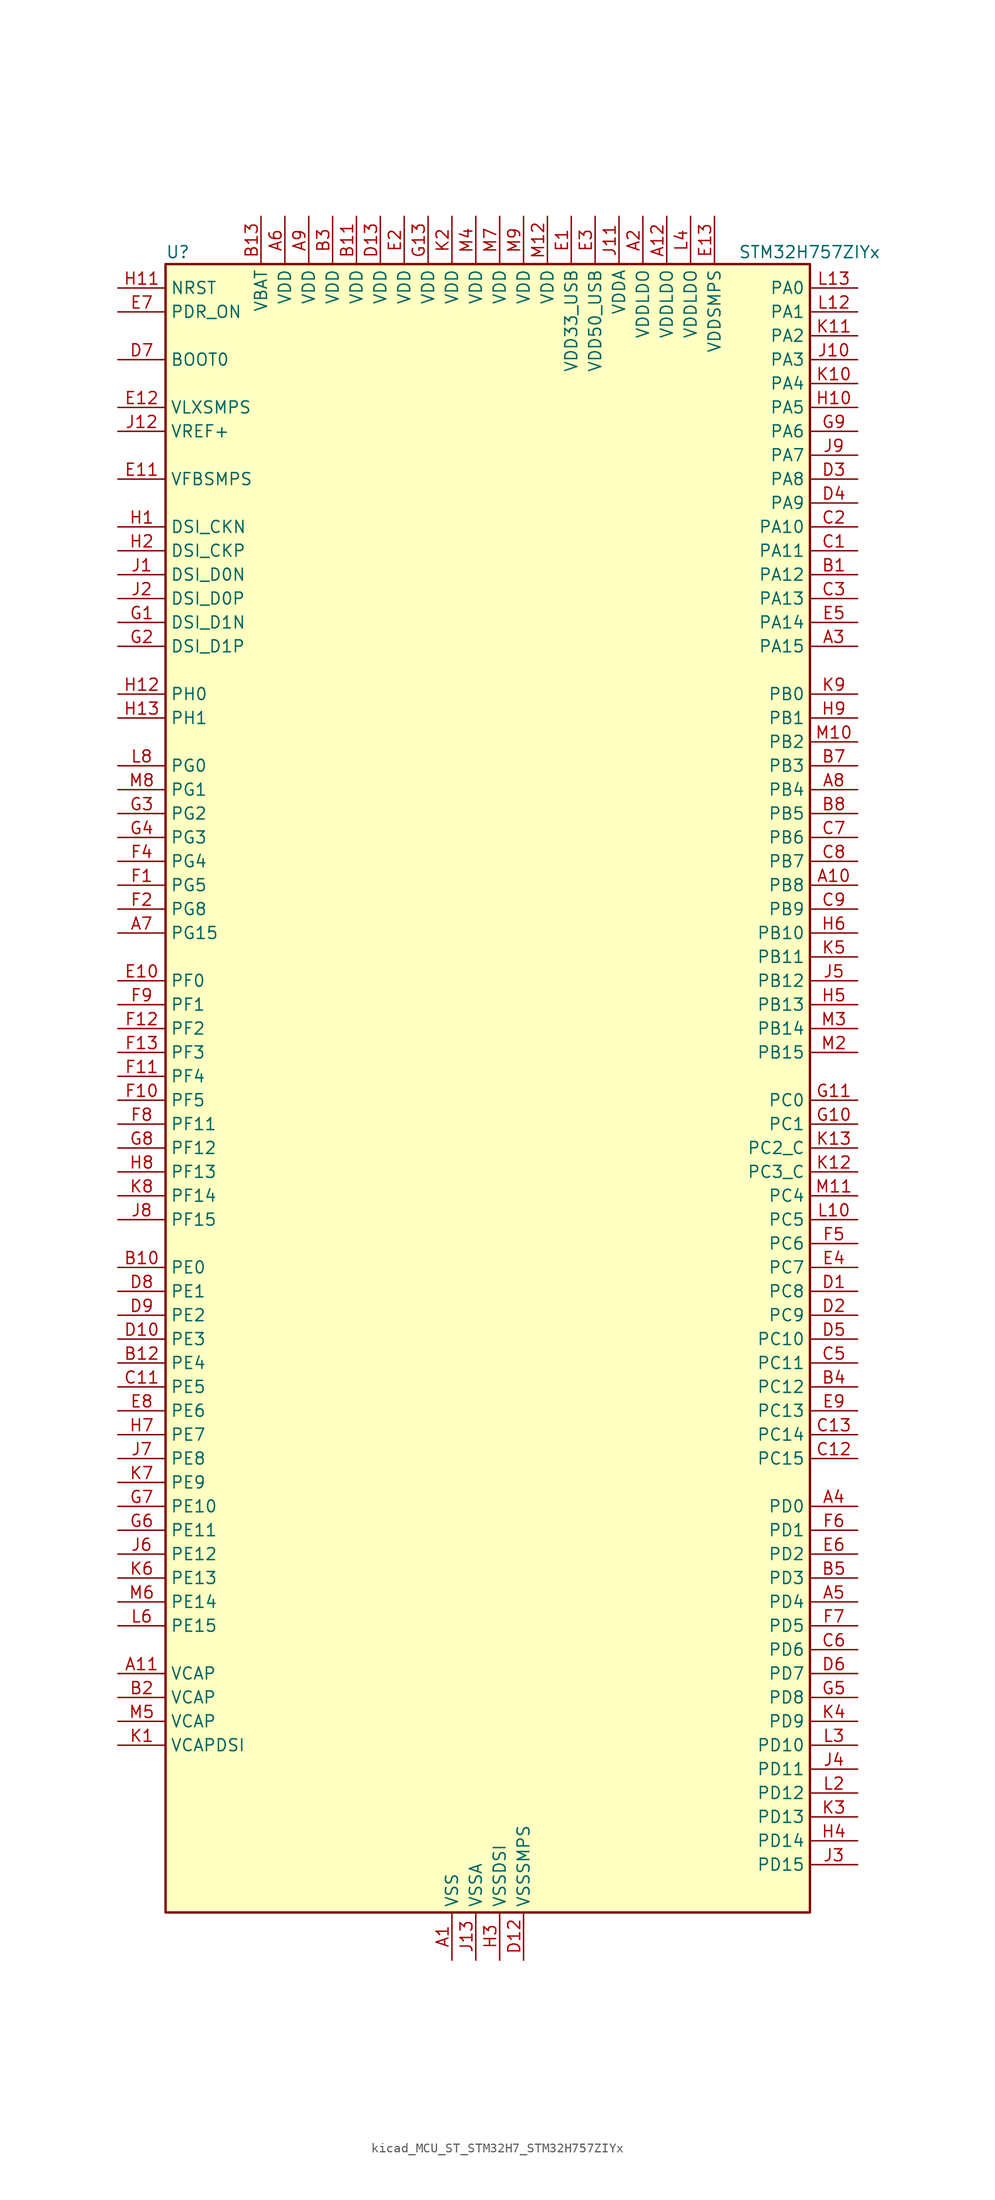
<source format=kicad_sym>
(kicad_symbol_lib
  (version 20220914)
  (generator kicad_symbol_editor)
  (symbol "kicad_MCU_ST_STM32H7_STM32H757ZIYx"
    (property "Reference" "U"
      (at -33.02 90.17 0)
      (effects (font (size 1.27 1.27)) (justify left)))
    (property "Value" "STM32H757ZIYx"
      (at 27.94 90.17 0)
      (effects (font (size 1.27 1.27)) (justify left)))
    (property "ki_locked" ""
      (at 0 0 0)
      (effects (font (size 1.27 1.27))))
    (symbol "kicad_MCU_ST_STM32H7_STM32H757ZIYx_0_1"
      (rectangle (start -33.02 -86.36) (end 35.56 88.9) (stroke (width 0.254) (type default)) (fill (type background))))
    (symbol "kicad_MCU_ST_STM32H7_STM32H757ZIYx_1_1"
      (pin power_in line (at -2.54 -91.44 90) (length 5.08) (name "VSS" (effects (font (size 1.27 1.27)))) (number "A1" (effects (font (size 1.27 1.27)))))
      (pin bidirectional line (at 40.64 22.86 180) (length 5.08) (name "PB8" (effects (font (size 1.27 1.27)))) (number "A10" (effects (font (size 1.27 1.27)))) (alternate "DCMI_D6" bidirectional line) (alternate "DFSDM1_CKIN7" bidirectional line) (alternate "ETH_TXD3" bidirectional line) (alternate "FDCAN1_RX" bidirectional line) (alternate "I2C1_SCL" bidirectional line) (alternate "I2C4_SCL" bidirectional line) (alternate "LTDC_B6" bidirectional line) (alternate "SDMMC1_CKIN" bidirectional line) (alternate "SDMMC1_D4" bidirectional line) (alternate "SDMMC2_D4" bidirectional line) (alternate "TIM16_CH1" bidirectional line) (alternate "TIM4_CH3" bidirectional line) (alternate "UART4_RX" bidirectional line))
      (pin power_out line (at -38.1 -60.96 0) (length 5.08) (name "VCAP" (effects (font (size 1.27 1.27)))) (number "A11" (effects (font (size 1.27 1.27)))))
      (pin power_in line (at 20.32 93.98 270) (length 5.08) (name "VDDLDO" (effects (font (size 1.27 1.27)))) (number "A12" (effects (font (size 1.27 1.27)))))
      (pin no_connect line (at -33.02 -86.36 0) (length 5.08) hide (name "DNC" (effects (font (size 1.27 1.27)))) (number "A13" (effects (font (size 1.27 1.27)))))
      (pin power_in line (at 17.78 93.98 270) (length 5.08) (name "VDDLDO" (effects (font (size 1.27 1.27)))) (number "A2" (effects (font (size 1.27 1.27)))))
      (pin bidirectional line (at 40.64 48.26 180) (length 5.08) (name "PA15" (effects (font (size 1.27 1.27)))) (number "A3" (effects (font (size 1.27 1.27)))) (alternate "ADC1_EXTI15" bidirectional line) (alternate "ADC2_EXTI15" bidirectional line) (alternate "ADC3_EXTI15" bidirectional line) (alternate "CEC" bidirectional line) (alternate "DEBUG_JTDI" bidirectional line) (alternate "DSIHOST_TE" bidirectional line) (alternate "HRTIM_FLT1" bidirectional line) (alternate "I2S1_WS" bidirectional line) (alternate "I2S3_WS" bidirectional line) (alternate "SPI1_NSS" bidirectional line) (alternate "SPI3_NSS" bidirectional line) (alternate "SPI6_NSS" bidirectional line) (alternate "TIM2_CH1" bidirectional line) (alternate "TIM2_ETR" bidirectional line) (alternate "UART4_DE" bidirectional line) (alternate "UART4_RTS" bidirectional line) (alternate "UART7_TX" bidirectional line))
      (pin bidirectional line (at 40.64 -43.18 180) (length 5.08) (name "PD0" (effects (font (size 1.27 1.27)))) (number "A4" (effects (font (size 1.27 1.27)))) (alternate "DFSDM1_CKIN6" bidirectional line) (alternate "FDCAN1_RX" bidirectional line) (alternate "FMC_D2" bidirectional line) (alternate "FMC_DA2" bidirectional line) (alternate "SAI3_SCK_A" bidirectional line) (alternate "UART4_RX" bidirectional line))
      (pin bidirectional line (at 40.64 -53.34 180) (length 5.08) (name "PD4" (effects (font (size 1.27 1.27)))) (number "A5" (effects (font (size 1.27 1.27)))) (alternate "FMC_NOE" bidirectional line) (alternate "HRTIM_FLT3" bidirectional line) (alternate "SAI3_FS_A" bidirectional line) (alternate "USART2_DE" bidirectional line) (alternate "USART2_RTS" bidirectional line))
      (pin power_in line (at -20.32 93.98 270) (length 5.08) (name "VDD" (effects (font (size 1.27 1.27)))) (number "A6" (effects (font (size 1.27 1.27)))))
      (pin bidirectional line (at -38.1 17.78 0) (length 5.08) (name "PG15" (effects (font (size 1.27 1.27)))) (number "A7" (effects (font (size 1.27 1.27)))) (alternate "ADC1_EXTI15" bidirectional line) (alternate "ADC2_EXTI15" bidirectional line) (alternate "ADC3_EXTI15" bidirectional line) (alternate "DCMI_D13" bidirectional line) (alternate "FMC_SDNCAS" bidirectional line) (alternate "USART6_CTS" bidirectional line) (alternate "USART6_NSS" bidirectional line))
      (pin bidirectional line (at 40.64 33.02 180) (length 5.08) (name "PB4" (effects (font (size 1.27 1.27)))) (number "A8" (effects (font (size 1.27 1.27)))) (alternate "DEBUG_JTRST" bidirectional line) (alternate "HRTIM_EEV6" bidirectional line) (alternate "I2S1_SDI" bidirectional line) (alternate "I2S2_WS" bidirectional line) (alternate "I2S3_SDI" bidirectional line) (alternate "SDMMC2_D3" bidirectional line) (alternate "SPI1_MISO" bidirectional line) (alternate "SPI2_NSS" bidirectional line) (alternate "SPI3_MISO" bidirectional line) (alternate "SPI6_MISO" bidirectional line) (alternate "TIM16_BKIN" bidirectional line) (alternate "TIM3_CH1" bidirectional line) (alternate "UART7_TX" bidirectional line))
      (pin power_in line (at -17.78 93.98 270) (length 5.08) (name "VDD" (effects (font (size 1.27 1.27)))) (number "A9" (effects (font (size 1.27 1.27)))))
      (pin bidirectional line (at 40.64 55.88 180) (length 5.08) (name "PA12" (effects (font (size 1.27 1.27)))) (number "B1" (effects (font (size 1.27 1.27)))) (alternate "FDCAN1_TX" bidirectional line) (alternate "HRTIM_CHD2" bidirectional line) (alternate "I2S2_CK" bidirectional line) (alternate "LPUART1_DE" bidirectional line) (alternate "LPUART1_RTS" bidirectional line) (alternate "LTDC_R5" bidirectional line) (alternate "SAI2_FS_B" bidirectional line) (alternate "SPI2_SCK" bidirectional line) (alternate "TIM1_ETR" bidirectional line) (alternate "UART4_TX" bidirectional line) (alternate "USART1_DE" bidirectional line) (alternate "USART1_RTS" bidirectional line) (alternate "USB_OTG_FS_DP" bidirectional line))
      (pin bidirectional line (at -38.1 -17.78 0) (length 5.08) (name "PE0" (effects (font (size 1.27 1.27)))) (number "B10" (effects (font (size 1.27 1.27)))) (alternate "DCMI_D2" bidirectional line) (alternate "FMC_NBL0" bidirectional line) (alternate "HRTIM_SCIN" bidirectional line) (alternate "LPTIM1_ETR" bidirectional line) (alternate "LPTIM2_ETR" bidirectional line) (alternate "SAI2_MCLK_A" bidirectional line) (alternate "TIM4_ETR" bidirectional line) (alternate "UART8_RX" bidirectional line))
      (pin power_in line (at -12.7 93.98 270) (length 5.08) (name "VDD" (effects (font (size 1.27 1.27)))) (number "B11" (effects (font (size 1.27 1.27)))))
      (pin bidirectional line (at -38.1 -27.94 0) (length 5.08) (name "PE4" (effects (font (size 1.27 1.27)))) (number "B12" (effects (font (size 1.27 1.27)))) (alternate "DCMI_D4" bidirectional line) (alternate "DEBUG_TRACED1" bidirectional line) (alternate "DFSDM1_DATIN3" bidirectional line) (alternate "FMC_A20" bidirectional line) (alternate "LTDC_B0" bidirectional line) (alternate "SAI1_D2" bidirectional line) (alternate "SAI1_FS_A" bidirectional line) (alternate "SAI4_D2" bidirectional line) (alternate "SAI4_FS_A" bidirectional line) (alternate "SPI4_NSS" bidirectional line) (alternate "TIM15_CH1N" bidirectional line))
      (pin power_in line (at -22.86 93.98 270) (length 5.08) (name "VBAT" (effects (font (size 1.27 1.27)))) (number "B13" (effects (font (size 1.27 1.27)))))
      (pin power_out line (at -38.1 -63.5 0) (length 5.08) (name "VCAP" (effects (font (size 1.27 1.27)))) (number "B2" (effects (font (size 1.27 1.27)))))
      (pin power_in line (at -15.24 93.98 270) (length 5.08) (name "VDD" (effects (font (size 1.27 1.27)))) (number "B3" (effects (font (size 1.27 1.27)))))
      (pin bidirectional line (at 40.64 -30.48 180) (length 5.08) (name "PC12" (effects (font (size 1.27 1.27)))) (number "B4" (effects (font (size 1.27 1.27)))) (alternate "DCMI_D9" bidirectional line) (alternate "DEBUG_TRACED3" bidirectional line) (alternate "HRTIM_EEV2" bidirectional line) (alternate "I2S3_SDO" bidirectional line) (alternate "SDMMC1_CK" bidirectional line) (alternate "SPI3_MOSI" bidirectional line) (alternate "UART5_TX" bidirectional line) (alternate "USART3_CK" bidirectional line))
      (pin bidirectional line (at 40.64 -50.8 180) (length 5.08) (name "PD3" (effects (font (size 1.27 1.27)))) (number "B5" (effects (font (size 1.27 1.27)))) (alternate "DCMI_D5" bidirectional line) (alternate "DFSDM1_CKOUT" bidirectional line) (alternate "FMC_CLK" bidirectional line) (alternate "I2S2_CK" bidirectional line) (alternate "LTDC_G7" bidirectional line) (alternate "SPI2_SCK" bidirectional line) (alternate "USART2_CTS" bidirectional line) (alternate "USART2_NSS" bidirectional line))
      (pin passive line (at -2.54 -91.44 90) (length 5.08) hide (name "VSS" (effects (font (size 1.27 1.27)))) (number "B6" (effects (font (size 1.27 1.27)))))
      (pin bidirectional line (at 40.64 35.56 180) (length 5.08) (name "PB3" (effects (font (size 1.27 1.27)))) (number "B7" (effects (font (size 1.27 1.27)))) (alternate "CRS_SYNC" bidirectional line) (alternate "DEBUG_JTDO-SWO" bidirectional line) (alternate "HRTIM_FLT4" bidirectional line) (alternate "I2S1_CK" bidirectional line) (alternate "I2S3_CK" bidirectional line) (alternate "SDMMC2_D2" bidirectional line) (alternate "SPI1_SCK" bidirectional line) (alternate "SPI3_SCK" bidirectional line) (alternate "SPI6_SCK" bidirectional line) (alternate "TIM2_CH2" bidirectional line) (alternate "UART7_RX" bidirectional line))
      (pin bidirectional line (at 40.64 30.48 180) (length 5.08) (name "PB5" (effects (font (size 1.27 1.27)))) (number "B8" (effects (font (size 1.27 1.27)))) (alternate "DCMI_D10" bidirectional line) (alternate "ETH_PPS_OUT" bidirectional line) (alternate "FDCAN2_RX" bidirectional line) (alternate "FMC_SDCKE1" bidirectional line) (alternate "HRTIM_EEV7" bidirectional line) (alternate "I2C1_SMBA" bidirectional line) (alternate "I2C4_SMBA" bidirectional line) (alternate "I2S1_SDO" bidirectional line) (alternate "I2S3_SDO" bidirectional line) (alternate "SPI1_MOSI" bidirectional line) (alternate "SPI3_MOSI" bidirectional line) (alternate "SPI6_MOSI" bidirectional line) (alternate "TIM17_BKIN" bidirectional line) (alternate "TIM3_CH2" bidirectional line) (alternate "UART5_RX" bidirectional line) (alternate "USB_OTG_HS_ULPI_D7" bidirectional line))
      (pin passive line (at -2.54 -91.44 90) (length 5.08) hide (name "VSS" (effects (font (size 1.27 1.27)))) (number "B9" (effects (font (size 1.27 1.27)))))
      (pin bidirectional line (at 40.64 58.42 180) (length 5.08) (name "PA11" (effects (font (size 1.27 1.27)))) (number "C1" (effects (font (size 1.27 1.27)))) (alternate "ADC1_EXTI11" bidirectional line) (alternate "ADC2_EXTI11" bidirectional line) (alternate "ADC3_EXTI11" bidirectional line) (alternate "FDCAN1_RX" bidirectional line) (alternate "HRTIM_CHD1" bidirectional line) (alternate "I2S2_WS" bidirectional line) (alternate "LPUART1_CTS" bidirectional line) (alternate "LTDC_R4" bidirectional line) (alternate "SPI2_NSS" bidirectional line) (alternate "TIM1_CH4" bidirectional line) (alternate "UART4_RX" bidirectional line) (alternate "USART1_CTS" bidirectional line) (alternate "USART1_NSS" bidirectional line) (alternate "USB_OTG_FS_DM" bidirectional line))
      (pin passive line (at -2.54 -91.44 90) (length 5.08) hide (name "VSS" (effects (font (size 1.27 1.27)))) (number "C10" (effects (font (size 1.27 1.27)))))
      (pin bidirectional line (at -38.1 -30.48 0) (length 5.08) (name "PE5" (effects (font (size 1.27 1.27)))) (number "C11" (effects (font (size 1.27 1.27)))) (alternate "DCMI_D6" bidirectional line) (alternate "DEBUG_TRACED2" bidirectional line) (alternate "DFSDM1_CKIN3" bidirectional line) (alternate "FMC_A21" bidirectional line) (alternate "LTDC_G0" bidirectional line) (alternate "SAI1_CK2" bidirectional line) (alternate "SAI1_SCK_A" bidirectional line) (alternate "SAI4_CK2" bidirectional line) (alternate "SAI4_SCK_A" bidirectional line) (alternate "SPI4_MISO" bidirectional line) (alternate "TIM15_CH1" bidirectional line))
      (pin bidirectional line (at 40.64 -38.1 180) (length 5.08) (name "PC15" (effects (font (size 1.27 1.27)))) (number "C12" (effects (font (size 1.27 1.27)))) (alternate "ADC1_EXTI15" bidirectional line) (alternate "ADC2_EXTI15" bidirectional line) (alternate "ADC3_EXTI15" bidirectional line) (alternate "RCC_OSC32_OUT" bidirectional line))
      (pin bidirectional line (at 40.64 -35.56 180) (length 5.08) (name "PC14" (effects (font (size 1.27 1.27)))) (number "C13" (effects (font (size 1.27 1.27)))) (alternate "RCC_OSC32_IN" bidirectional line))
      (pin bidirectional line (at 40.64 60.96 180) (length 5.08) (name "PA10" (effects (font (size 1.27 1.27)))) (number "C2" (effects (font (size 1.27 1.27)))) (alternate "DCMI_D1" bidirectional line) (alternate "HRTIM_CHC2" bidirectional line) (alternate "LPUART1_RX" bidirectional line) (alternate "LTDC_B1" bidirectional line) (alternate "LTDC_B4" bidirectional line) (alternate "MDIOS_MDIO" bidirectional line) (alternate "TIM1_CH3" bidirectional line) (alternate "USART1_RX" bidirectional line) (alternate "USB_OTG_FS_ID" bidirectional line))
      (pin bidirectional line (at 40.64 53.34 180) (length 5.08) (name "PA13" (effects (font (size 1.27 1.27)))) (number "C3" (effects (font (size 1.27 1.27)))) (alternate "DEBUG_JTMS-SWDIO" bidirectional line))
      (pin passive line (at -2.54 -91.44 90) (length 5.08) hide (name "VSS" (effects (font (size 1.27 1.27)))) (number "C4" (effects (font (size 1.27 1.27)))))
      (pin bidirectional line (at 40.64 -27.94 180) (length 5.08) (name "PC11" (effects (font (size 1.27 1.27)))) (number "C5" (effects (font (size 1.27 1.27)))) (alternate "ADC1_EXTI11" bidirectional line) (alternate "ADC2_EXTI11" bidirectional line) (alternate "ADC3_EXTI11" bidirectional line) (alternate "DCMI_D4" bidirectional line) (alternate "DFSDM1_DATIN5" bidirectional line) (alternate "HRTIM_FLT2" bidirectional line) (alternate "I2S3_SDI" bidirectional line) (alternate "QUADSPI_BK2_NCS" bidirectional line) (alternate "SDMMC1_D3" bidirectional line) (alternate "SPI3_MISO" bidirectional line) (alternate "UART4_RX" bidirectional line) (alternate "USART3_RX" bidirectional line))
      (pin bidirectional line (at 40.64 -58.42 180) (length 5.08) (name "PD6" (effects (font (size 1.27 1.27)))) (number "C6" (effects (font (size 1.27 1.27)))) (alternate "DCMI_D10" bidirectional line) (alternate "DFSDM1_CKIN4" bidirectional line) (alternate "DFSDM1_DATIN1" bidirectional line) (alternate "FMC_NWAIT" bidirectional line) (alternate "I2S3_SDO" bidirectional line) (alternate "LTDC_B2" bidirectional line) (alternate "SAI1_D1" bidirectional line) (alternate "SAI1_SD_A" bidirectional line) (alternate "SAI4_D1" bidirectional line) (alternate "SAI4_SD_A" bidirectional line) (alternate "SDMMC2_CK" bidirectional line) (alternate "SPI3_MOSI" bidirectional line) (alternate "USART2_RX" bidirectional line))
      (pin bidirectional line (at 40.64 27.94 180) (length 5.08) (name "PB6" (effects (font (size 1.27 1.27)))) (number "C7" (effects (font (size 1.27 1.27)))) (alternate "CEC" bidirectional line) (alternate "DCMI_D5" bidirectional line) (alternate "DFSDM1_DATIN5" bidirectional line) (alternate "FDCAN2_TX" bidirectional line) (alternate "FMC_SDNE1" bidirectional line) (alternate "HRTIM_EEV8" bidirectional line) (alternate "I2C1_SCL" bidirectional line) (alternate "I2C4_SCL" bidirectional line) (alternate "LPUART1_TX" bidirectional line) (alternate "QUADSPI_BK1_NCS" bidirectional line) (alternate "TIM16_CH1N" bidirectional line) (alternate "TIM4_CH1" bidirectional line) (alternate "UART5_TX" bidirectional line) (alternate "USART1_TX" bidirectional line))
      (pin bidirectional line (at 40.64 25.4 180) (length 5.08) (name "PB7" (effects (font (size 1.27 1.27)))) (number "C8" (effects (font (size 1.27 1.27)))) (alternate "DCMI_VSYNC" bidirectional line) (alternate "DFSDM1_CKIN5" bidirectional line) (alternate "FMC_NL" bidirectional line) (alternate "HRTIM_EEV9" bidirectional line) (alternate "I2C1_SDA" bidirectional line) (alternate "I2C4_SDA" bidirectional line) (alternate "LPUART1_RX" bidirectional line) (alternate "PWR_PVD_IN" bidirectional line) (alternate "TIM17_CH1N" bidirectional line) (alternate "TIM4_CH2" bidirectional line) (alternate "USART1_RX" bidirectional line))
      (pin bidirectional line (at 40.64 20.32 180) (length 5.08) (name "PB9" (effects (font (size 1.27 1.27)))) (number "C9" (effects (font (size 1.27 1.27)))) (alternate "DAC1_EXTI9" bidirectional line) (alternate "DCMI_D7" bidirectional line) (alternate "DFSDM1_DATIN7" bidirectional line) (alternate "FDCAN1_TX" bidirectional line) (alternate "I2C1_SDA" bidirectional line) (alternate "I2C4_SDA" bidirectional line) (alternate "I2C4_SMBA" bidirectional line) (alternate "I2S2_WS" bidirectional line) (alternate "LTDC_B7" bidirectional line) (alternate "SDMMC1_CDIR" bidirectional line) (alternate "SDMMC1_D5" bidirectional line) (alternate "SDMMC2_D5" bidirectional line) (alternate "SPI2_NSS" bidirectional line) (alternate "TIM17_CH1" bidirectional line) (alternate "TIM4_CH4" bidirectional line) (alternate "UART4_TX" bidirectional line))
      (pin bidirectional line (at 40.64 -20.32 180) (length 5.08) (name "PC8" (effects (font (size 1.27 1.27)))) (number "D1" (effects (font (size 1.27 1.27)))) (alternate "DCMI_D2" bidirectional line) (alternate "DEBUG_TRACED1" bidirectional line) (alternate "FMC_NCE" bidirectional line) (alternate "FMC_NE2" bidirectional line) (alternate "HRTIM_CHB1" bidirectional line) (alternate "SDMMC1_D0" bidirectional line) (alternate "SWPMI1_RX" bidirectional line) (alternate "TIM3_CH3" bidirectional line) (alternate "TIM8_CH3" bidirectional line) (alternate "UART5_DE" bidirectional line) (alternate "UART5_RTS" bidirectional line) (alternate "USART6_CK" bidirectional line))
      (pin bidirectional line (at -38.1 -25.4 0) (length 5.08) (name "PE3" (effects (font (size 1.27 1.27)))) (number "D10" (effects (font (size 1.27 1.27)))) (alternate "DEBUG_TRACED0" bidirectional line) (alternate "FMC_A19" bidirectional line) (alternate "SAI1_SD_B" bidirectional line) (alternate "SAI4_SD_B" bidirectional line) (alternate "TIM15_BKIN" bidirectional line))
      (pin passive line (at -2.54 -91.44 90) (length 5.08) hide (name "VSS" (effects (font (size 1.27 1.27)))) (number "D11" (effects (font (size 1.27 1.27)))))
      (pin power_in line (at 5.08 -91.44 90) (length 5.08) (name "VSSSMPS" (effects (font (size 1.27 1.27)))) (number "D12" (effects (font (size 1.27 1.27)))))
      (pin power_in line (at -10.16 93.98 270) (length 5.08) (name "VDD" (effects (font (size 1.27 1.27)))) (number "D13" (effects (font (size 1.27 1.27)))))
      (pin bidirectional line (at 40.64 -22.86 180) (length 5.08) (name "PC9" (effects (font (size 1.27 1.27)))) (number "D2" (effects (font (size 1.27 1.27)))) (alternate "DAC1_EXTI9" bidirectional line) (alternate "DCMI_D3" bidirectional line) (alternate "I2C3_SDA" bidirectional line) (alternate "I2S_CKIN" bidirectional line) (alternate "LTDC_B2" bidirectional line) (alternate "LTDC_G3" bidirectional line) (alternate "QUADSPI_BK1_IO0" bidirectional line) (alternate "RCC_MCO_2" bidirectional line) (alternate "SDMMC1_D1" bidirectional line) (alternate "SWPMI1_SUSPEND" bidirectional line) (alternate "TIM3_CH4" bidirectional line) (alternate "TIM8_CH4" bidirectional line) (alternate "UART5_CTS" bidirectional line))
      (pin bidirectional line (at 40.64 66.04 180) (length 5.08) (name "PA8" (effects (font (size 1.27 1.27)))) (number "D3" (effects (font (size 1.27 1.27)))) (alternate "HRTIM_CHB2" bidirectional line) (alternate "I2C3_SCL" bidirectional line) (alternate "LTDC_B3" bidirectional line) (alternate "LTDC_R6" bidirectional line) (alternate "RCC_MCO_1" bidirectional line) (alternate "TIM1_CH1" bidirectional line) (alternate "TIM8_BKIN2" bidirectional line) (alternate "TIM8_BKIN2_COMP1" bidirectional line) (alternate "TIM8_BKIN2_COMP2" bidirectional line) (alternate "UART7_RX" bidirectional line) (alternate "USART1_CK" bidirectional line) (alternate "USB_OTG_FS_SOF" bidirectional line))
      (pin bidirectional line (at 40.64 63.5 180) (length 5.08) (name "PA9" (effects (font (size 1.27 1.27)))) (number "D4" (effects (font (size 1.27 1.27)))) (alternate "DAC1_EXTI9" bidirectional line) (alternate "DCMI_D0" bidirectional line) (alternate "HRTIM_CHC1" bidirectional line) (alternate "I2C3_SMBA" bidirectional line) (alternate "I2S2_CK" bidirectional line) (alternate "LPUART1_TX" bidirectional line) (alternate "LTDC_R5" bidirectional line) (alternate "SPI2_SCK" bidirectional line) (alternate "TIM1_CH2" bidirectional line) (alternate "USART1_TX" bidirectional line) (alternate "USB_OTG_FS_VBUS" bidirectional line))
      (pin bidirectional line (at 40.64 -25.4 180) (length 5.08) (name "PC10" (effects (font (size 1.27 1.27)))) (number "D5" (effects (font (size 1.27 1.27)))) (alternate "DCMI_D8" bidirectional line) (alternate "DFSDM1_CKIN5" bidirectional line) (alternate "HRTIM_EEV1" bidirectional line) (alternate "I2S3_CK" bidirectional line) (alternate "LTDC_R2" bidirectional line) (alternate "QUADSPI_BK1_IO1" bidirectional line) (alternate "SDMMC1_D2" bidirectional line) (alternate "SPI3_SCK" bidirectional line) (alternate "UART4_TX" bidirectional line) (alternate "USART3_TX" bidirectional line))
      (pin bidirectional line (at 40.64 -60.96 180) (length 5.08) (name "PD7" (effects (font (size 1.27 1.27)))) (number "D6" (effects (font (size 1.27 1.27)))) (alternate "DFSDM1_CKIN1" bidirectional line) (alternate "DFSDM1_DATIN4" bidirectional line) (alternate "FMC_NE1" bidirectional line) (alternate "I2S1_SDO" bidirectional line) (alternate "SDMMC2_CMD" bidirectional line) (alternate "SPDIFRX1_IN0" bidirectional line) (alternate "SPI1_MOSI" bidirectional line) (alternate "USART2_CK" bidirectional line))
      (pin input line (at -38.1 78.74 0) (length 5.08) (name "BOOT0" (effects (font (size 1.27 1.27)))) (number "D7" (effects (font (size 1.27 1.27)))))
      (pin bidirectional line (at -38.1 -20.32 0) (length 5.08) (name "PE1" (effects (font (size 1.27 1.27)))) (number "D8" (effects (font (size 1.27 1.27)))) (alternate "DCMI_D3" bidirectional line) (alternate "FMC_NBL1" bidirectional line) (alternate "HRTIM_SCOUT" bidirectional line) (alternate "LPTIM1_IN2" bidirectional line) (alternate "UART8_TX" bidirectional line))
      (pin bidirectional line (at -38.1 -22.86 0) (length 5.08) (name "PE2" (effects (font (size 1.27 1.27)))) (number "D9" (effects (font (size 1.27 1.27)))) (alternate "DEBUG_TRACECLK" bidirectional line) (alternate "ETH_TXD3" bidirectional line) (alternate "FMC_A23" bidirectional line) (alternate "QUADSPI_BK1_IO2" bidirectional line) (alternate "SAI1_CK1" bidirectional line) (alternate "SAI1_MCLK_A" bidirectional line) (alternate "SAI4_CK1" bidirectional line) (alternate "SAI4_MCLK_A" bidirectional line) (alternate "SPI4_SCK" bidirectional line))
      (pin power_in line (at 10.16 93.98 270) (length 5.08) (name "VDD33_USB" (effects (font (size 1.27 1.27)))) (number "E1" (effects (font (size 1.27 1.27)))))
      (pin bidirectional line (at -38.1 12.7 0) (length 5.08) (name "PF0" (effects (font (size 1.27 1.27)))) (number "E10" (effects (font (size 1.27 1.27)))) (alternate "FMC_A0" bidirectional line) (alternate "I2C2_SDA" bidirectional line))
      (pin input line (at -38.1 66.04 0) (length 5.08) (name "VFBSMPS" (effects (font (size 1.27 1.27)))) (number "E11" (effects (font (size 1.27 1.27)))))
      (pin power_in line (at -38.1 73.66 0) (length 5.08) (name "VLXSMPS" (effects (font (size 1.27 1.27)))) (number "E12" (effects (font (size 1.27 1.27)))))
      (pin power_in line (at 25.4 93.98 270) (length 5.08) (name "VDDSMPS" (effects (font (size 1.27 1.27)))) (number "E13" (effects (font (size 1.27 1.27)))))
      (pin power_in line (at -7.62 93.98 270) (length 5.08) (name "VDD" (effects (font (size 1.27 1.27)))) (number "E2" (effects (font (size 1.27 1.27)))))
      (pin power_in line (at 12.7 93.98 270) (length 5.08) (name "VDD50_USB" (effects (font (size 1.27 1.27)))) (number "E3" (effects (font (size 1.27 1.27)))))
      (pin bidirectional line (at 40.64 -17.78 180) (length 5.08) (name "PC7" (effects (font (size 1.27 1.27)))) (number "E4" (effects (font (size 1.27 1.27)))) (alternate "DCMI_D1" bidirectional line) (alternate "DEBUG_TRGIO" bidirectional line) (alternate "DFSDM1_DATIN3" bidirectional line) (alternate "FMC_NE1" bidirectional line) (alternate "HRTIM_CHA2" bidirectional line) (alternate "I2S3_MCK" bidirectional line) (alternate "LTDC_G6" bidirectional line) (alternate "SDMMC1_D123DIR" bidirectional line) (alternate "SDMMC1_D7" bidirectional line) (alternate "SDMMC2_D7" bidirectional line) (alternate "SWPMI1_TX" bidirectional line) (alternate "TIM3_CH2" bidirectional line) (alternate "TIM8_CH2" bidirectional line) (alternate "USART6_RX" bidirectional line))
      (pin bidirectional line (at 40.64 50.8 180) (length 5.08) (name "PA14" (effects (font (size 1.27 1.27)))) (number "E5" (effects (font (size 1.27 1.27)))) (alternate "DEBUG_JTCK-SWCLK" bidirectional line))
      (pin bidirectional line (at 40.64 -48.26 180) (length 5.08) (name "PD2" (effects (font (size 1.27 1.27)))) (number "E6" (effects (font (size 1.27 1.27)))) (alternate "DCMI_D11" bidirectional line) (alternate "DEBUG_TRACED2" bidirectional line) (alternate "SDMMC1_CMD" bidirectional line) (alternate "TIM3_ETR" bidirectional line) (alternate "UART5_RX" bidirectional line))
      (pin input line (at -38.1 83.82 0) (length 5.08) (name "PDR_ON" (effects (font (size 1.27 1.27)))) (number "E7" (effects (font (size 1.27 1.27)))))
      (pin bidirectional line (at -38.1 -33.02 0) (length 5.08) (name "PE6" (effects (font (size 1.27 1.27)))) (number "E8" (effects (font (size 1.27 1.27)))) (alternate "DCMI_D7" bidirectional line) (alternate "DEBUG_TRACED3" bidirectional line) (alternate "FMC_A22" bidirectional line) (alternate "LTDC_G1" bidirectional line) (alternate "SAI1_D1" bidirectional line) (alternate "SAI1_SD_A" bidirectional line) (alternate "SAI2_MCLK_B" bidirectional line) (alternate "SAI4_D1" bidirectional line) (alternate "SAI4_SD_A" bidirectional line) (alternate "SPI4_MOSI" bidirectional line) (alternate "TIM15_CH2" bidirectional line) (alternate "TIM1_BKIN2" bidirectional line) (alternate "TIM1_BKIN2_COMP1" bidirectional line) (alternate "TIM1_BKIN2_COMP2" bidirectional line))
      (pin bidirectional line (at 40.64 -33.02 180) (length 5.08) (name "PC13" (effects (font (size 1.27 1.27)))) (number "E9" (effects (font (size 1.27 1.27)))) (alternate "PWR_WKUP2" bidirectional line) (alternate "RTC_OUT_ALARM" bidirectional line) (alternate "RTC_OUT_CALIB" bidirectional line) (alternate "RTC_TAMP1" bidirectional line) (alternate "RTC_TS" bidirectional line))
      (pin bidirectional line (at -38.1 22.86 0) (length 5.08) (name "PG5" (effects (font (size 1.27 1.27)))) (number "F1" (effects (font (size 1.27 1.27)))) (alternate "FMC_A15" bidirectional line) (alternate "FMC_BA1" bidirectional line) (alternate "TIM1_ETR" bidirectional line))
      (pin bidirectional line (at -38.1 0 0) (length 5.08) (name "PF5" (effects (font (size 1.27 1.27)))) (number "F10" (effects (font (size 1.27 1.27)))) (alternate "ADC3_INP4" bidirectional line) (alternate "FMC_A5" bidirectional line))
      (pin bidirectional line (at -38.1 2.54 0) (length 5.08) (name "PF4" (effects (font (size 1.27 1.27)))) (number "F11" (effects (font (size 1.27 1.27)))) (alternate "ADC3_INN5" bidirectional line) (alternate "ADC3_INP9" bidirectional line) (alternate "FMC_A4" bidirectional line))
      (pin bidirectional line (at -38.1 7.62 0) (length 5.08) (name "PF2" (effects (font (size 1.27 1.27)))) (number "F12" (effects (font (size 1.27 1.27)))) (alternate "FMC_A2" bidirectional line) (alternate "I2C2_SMBA" bidirectional line))
      (pin bidirectional line (at -38.1 5.08 0) (length 5.08) (name "PF3" (effects (font (size 1.27 1.27)))) (number "F13" (effects (font (size 1.27 1.27)))) (alternate "ADC3_INP5" bidirectional line) (alternate "FMC_A3" bidirectional line))
      (pin bidirectional line (at -38.1 20.32 0) (length 5.08) (name "PG8" (effects (font (size 1.27 1.27)))) (number "F2" (effects (font (size 1.27 1.27)))) (alternate "ETH_PPS_OUT" bidirectional line) (alternate "FMC_SDCLK" bidirectional line) (alternate "LTDC_G7" bidirectional line) (alternate "SPDIFRX1_IN2" bidirectional line) (alternate "SPI6_NSS" bidirectional line) (alternate "TIM8_ETR" bidirectional line) (alternate "USART6_DE" bidirectional line) (alternate "USART6_RTS" bidirectional line))
      (pin passive line (at -2.54 -91.44 90) (length 5.08) hide (name "VSS" (effects (font (size 1.27 1.27)))) (number "F3" (effects (font (size 1.27 1.27)))))
      (pin bidirectional line (at -38.1 25.4 0) (length 5.08) (name "PG4" (effects (font (size 1.27 1.27)))) (number "F4" (effects (font (size 1.27 1.27)))) (alternate "FMC_A14" bidirectional line) (alternate "FMC_BA0" bidirectional line) (alternate "TIM1_BKIN2" bidirectional line) (alternate "TIM1_BKIN2_COMP1" bidirectional line) (alternate "TIM1_BKIN2_COMP2" bidirectional line))
      (pin bidirectional line (at 40.64 -15.24 180) (length 5.08) (name "PC6" (effects (font (size 1.27 1.27)))) (number "F5" (effects (font (size 1.27 1.27)))) (alternate "DCMI_D0" bidirectional line) (alternate "DFSDM1_CKIN3" bidirectional line) (alternate "FMC_NWAIT" bidirectional line) (alternate "HRTIM_CHA1" bidirectional line) (alternate "I2S2_MCK" bidirectional line) (alternate "LTDC_HSYNC" bidirectional line) (alternate "SDMMC1_D0DIR" bidirectional line) (alternate "SDMMC1_D6" bidirectional line) (alternate "SDMMC2_D6" bidirectional line) (alternate "SWPMI1_IO" bidirectional line) (alternate "TIM3_CH1" bidirectional line) (alternate "TIM8_CH1" bidirectional line) (alternate "USART6_TX" bidirectional line))
      (pin bidirectional line (at 40.64 -45.72 180) (length 5.08) (name "PD1" (effects (font (size 1.27 1.27)))) (number "F6" (effects (font (size 1.27 1.27)))) (alternate "DFSDM1_DATIN6" bidirectional line) (alternate "FDCAN1_TX" bidirectional line) (alternate "FMC_D3" bidirectional line) (alternate "FMC_DA3" bidirectional line) (alternate "SAI3_SD_A" bidirectional line) (alternate "UART4_TX" bidirectional line))
      (pin bidirectional line (at 40.64 -55.88 180) (length 5.08) (name "PD5" (effects (font (size 1.27 1.27)))) (number "F7" (effects (font (size 1.27 1.27)))) (alternate "FMC_NWE" bidirectional line) (alternate "HRTIM_EEV3" bidirectional line) (alternate "USART2_TX" bidirectional line))
      (pin bidirectional line (at -38.1 -2.54 0) (length 5.08) (name "PF11" (effects (font (size 1.27 1.27)))) (number "F8" (effects (font (size 1.27 1.27)))) (alternate "ADC1_EXTI11" bidirectional line) (alternate "ADC1_INP2" bidirectional line) (alternate "ADC2_EXTI11" bidirectional line) (alternate "ADC3_EXTI11" bidirectional line) (alternate "DCMI_D12" bidirectional line) (alternate "FMC_SDNRAS" bidirectional line) (alternate "SAI2_SD_B" bidirectional line))
      (pin bidirectional line (at -38.1 10.16 0) (length 5.08) (name "PF1" (effects (font (size 1.27 1.27)))) (number "F9" (effects (font (size 1.27 1.27)))) (alternate "FMC_A1" bidirectional line) (alternate "I2C2_SCL" bidirectional line))
      (pin bidirectional line (at -38.1 50.8 0) (length 5.08) (name "DSI_D1N" (effects (font (size 1.27 1.27)))) (number "G1" (effects (font (size 1.27 1.27)))) (alternate "DSIHOST_D1N" bidirectional line))
      (pin bidirectional line (at 40.64 -2.54 180) (length 5.08) (name "PC1" (effects (font (size 1.27 1.27)))) (number "G10" (effects (font (size 1.27 1.27)))) (alternate "ADC1_INN10" bidirectional line) (alternate "ADC1_INP11" bidirectional line) (alternate "ADC2_INN10" bidirectional line) (alternate "ADC2_INP11" bidirectional line) (alternate "ADC3_INN10" bidirectional line) (alternate "ADC3_INP11" bidirectional line) (alternate "DEBUG_TRACED0" bidirectional line) (alternate "DFSDM1_CKIN4" bidirectional line) (alternate "DFSDM1_DATIN0" bidirectional line) (alternate "ETH_MDC" bidirectional line) (alternate "I2S2_SDO" bidirectional line) (alternate "MDIOS_MDC" bidirectional line) (alternate "PWR_WKUP5" bidirectional line) (alternate "RTC_TAMP3" bidirectional line) (alternate "SAI1_D1" bidirectional line) (alternate "SAI1_SD_A" bidirectional line) (alternate "SAI4_D1" bidirectional line) (alternate "SAI4_SD_A" bidirectional line) (alternate "SDMMC2_CK" bidirectional line) (alternate "SPI2_MOSI" bidirectional line))
      (pin bidirectional line (at 40.64 0 180) (length 5.08) (name "PC0" (effects (font (size 1.27 1.27)))) (number "G11" (effects (font (size 1.27 1.27)))) (alternate "ADC1_INP10" bidirectional line) (alternate "ADC2_INP10" bidirectional line) (alternate "ADC3_INP10" bidirectional line) (alternate "DFSDM1_CKIN0" bidirectional line) (alternate "DFSDM1_DATIN4" bidirectional line) (alternate "FMC_SDNWE" bidirectional line) (alternate "LTDC_R5" bidirectional line) (alternate "SAI2_FS_B" bidirectional line) (alternate "USB_OTG_HS_ULPI_STP" bidirectional line))
      (pin passive line (at -2.54 -91.44 90) (length 5.08) hide (name "VSS" (effects (font (size 1.27 1.27)))) (number "G12" (effects (font (size 1.27 1.27)))))
      (pin power_in line (at -5.08 93.98 270) (length 5.08) (name "VDD" (effects (font (size 1.27 1.27)))) (number "G13" (effects (font (size 1.27 1.27)))))
      (pin bidirectional line (at -38.1 48.26 0) (length 5.08) (name "DSI_D1P" (effects (font (size 1.27 1.27)))) (number "G2" (effects (font (size 1.27 1.27)))) (alternate "DSIHOST_D1P" bidirectional line))
      (pin bidirectional line (at -38.1 30.48 0) (length 5.08) (name "PG2" (effects (font (size 1.27 1.27)))) (number "G3" (effects (font (size 1.27 1.27)))) (alternate "FMC_A12" bidirectional line) (alternate "TIM8_BKIN" bidirectional line) (alternate "TIM8_BKIN_COMP1" bidirectional line) (alternate "TIM8_BKIN_COMP2" bidirectional line))
      (pin bidirectional line (at -38.1 27.94 0) (length 5.08) (name "PG3" (effects (font (size 1.27 1.27)))) (number "G4" (effects (font (size 1.27 1.27)))) (alternate "FMC_A13" bidirectional line) (alternate "TIM8_BKIN2" bidirectional line) (alternate "TIM8_BKIN2_COMP1" bidirectional line) (alternate "TIM8_BKIN2_COMP2" bidirectional line))
      (pin bidirectional line (at 40.64 -63.5 180) (length 5.08) (name "PD8" (effects (font (size 1.27 1.27)))) (number "G5" (effects (font (size 1.27 1.27)))) (alternate "DFSDM1_CKIN3" bidirectional line) (alternate "FMC_D13" bidirectional line) (alternate "FMC_DA13" bidirectional line) (alternate "SAI3_SCK_B" bidirectional line) (alternate "SPDIFRX1_IN1" bidirectional line) (alternate "USART3_TX" bidirectional line))
      (pin bidirectional line (at -38.1 -45.72 0) (length 5.08) (name "PE11" (effects (font (size 1.27 1.27)))) (number "G6" (effects (font (size 1.27 1.27)))) (alternate "ADC1_EXTI11" bidirectional line) (alternate "ADC2_EXTI11" bidirectional line) (alternate "ADC3_EXTI11" bidirectional line) (alternate "COMP2_INP" bidirectional line) (alternate "DFSDM1_CKIN4" bidirectional line) (alternate "FMC_D8" bidirectional line) (alternate "FMC_DA8" bidirectional line) (alternate "LTDC_G3" bidirectional line) (alternate "SAI2_SD_B" bidirectional line) (alternate "SPI4_NSS" bidirectional line) (alternate "TIM1_CH2" bidirectional line))
      (pin bidirectional line (at -38.1 -43.18 0) (length 5.08) (name "PE10" (effects (font (size 1.27 1.27)))) (number "G7" (effects (font (size 1.27 1.27)))) (alternate "COMP2_INM" bidirectional line) (alternate "DFSDM1_DATIN4" bidirectional line) (alternate "FMC_D7" bidirectional line) (alternate "FMC_DA7" bidirectional line) (alternate "QUADSPI_BK2_IO3" bidirectional line) (alternate "TIM1_CH2N" bidirectional line) (alternate "UART7_CTS" bidirectional line))
      (pin bidirectional line (at -38.1 -5.08 0) (length 5.08) (name "PF12" (effects (font (size 1.27 1.27)))) (number "G8" (effects (font (size 1.27 1.27)))) (alternate "ADC1_INN2" bidirectional line) (alternate "ADC1_INP6" bidirectional line) (alternate "FMC_A6" bidirectional line))
      (pin bidirectional line (at 40.64 71.12 180) (length 5.08) (name "PA6" (effects (font (size 1.27 1.27)))) (number "G9" (effects (font (size 1.27 1.27)))) (alternate "ADC1_INP3" bidirectional line) (alternate "ADC2_INP3" bidirectional line) (alternate "DCMI_PIXCLK" bidirectional line) (alternate "I2S1_SDI" bidirectional line) (alternate "LTDC_G2" bidirectional line) (alternate "MDIOS_MDC" bidirectional line) (alternate "SPI1_MISO" bidirectional line) (alternate "SPI6_MISO" bidirectional line) (alternate "TIM13_CH1" bidirectional line) (alternate "TIM1_BKIN" bidirectional line) (alternate "TIM1_BKIN_COMP1" bidirectional line) (alternate "TIM1_BKIN_COMP2" bidirectional line) (alternate "TIM3_CH1" bidirectional line) (alternate "TIM8_BKIN" bidirectional line) (alternate "TIM8_BKIN_COMP1" bidirectional line) (alternate "TIM8_BKIN_COMP2" bidirectional line))
      (pin bidirectional line (at -38.1 60.96 0) (length 5.08) (name "DSI_CKN" (effects (font (size 1.27 1.27)))) (number "H1" (effects (font (size 1.27 1.27)))) (alternate "DSIHOST_CKN" bidirectional line))
      (pin bidirectional line (at 40.64 73.66 180) (length 5.08) (name "PA5" (effects (font (size 1.27 1.27)))) (number "H10" (effects (font (size 1.27 1.27)))) (alternate "ADC1_INN18" bidirectional line) (alternate "ADC1_INP19" bidirectional line) (alternate "ADC2_INN18" bidirectional line) (alternate "ADC2_INP19" bidirectional line) (alternate "DAC1_OUT2" bidirectional line) (alternate "I2S1_CK" bidirectional line) (alternate "LTDC_R4" bidirectional line) (alternate "PWR_NDSTOP2" bidirectional line) (alternate "SPI1_SCK" bidirectional line) (alternate "SPI6_SCK" bidirectional line) (alternate "TIM2_CH1" bidirectional line) (alternate "TIM2_ETR" bidirectional line) (alternate "TIM8_CH1N" bidirectional line) (alternate "USB_OTG_HS_ULPI_CK" bidirectional line))
      (pin input line (at -38.1 86.36 0) (length 5.08) (name "NRST" (effects (font (size 1.27 1.27)))) (number "H11" (effects (font (size 1.27 1.27)))))
      (pin bidirectional line (at -38.1 43.18 0) (length 5.08) (name "PH0" (effects (font (size 1.27 1.27)))) (number "H12" (effects (font (size 1.27 1.27)))) (alternate "RCC_OSC_IN" bidirectional line))
      (pin bidirectional line (at -38.1 40.64 0) (length 5.08) (name "PH1" (effects (font (size 1.27 1.27)))) (number "H13" (effects (font (size 1.27 1.27)))) (alternate "RCC_OSC_OUT" bidirectional line))
      (pin bidirectional line (at -38.1 58.42 0) (length 5.08) (name "DSI_CKP" (effects (font (size 1.27 1.27)))) (number "H2" (effects (font (size 1.27 1.27)))) (alternate "DSIHOST_CKP" bidirectional line))
      (pin power_in line (at 2.54 -91.44 90) (length 5.08) (name "VSSDSI" (effects (font (size 1.27 1.27)))) (number "H3" (effects (font (size 1.27 1.27)))))
      (pin bidirectional line (at 40.64 -78.74 180) (length 5.08) (name "PD14" (effects (font (size 1.27 1.27)))) (number "H4" (effects (font (size 1.27 1.27)))) (alternate "FMC_D0" bidirectional line) (alternate "FMC_DA0" bidirectional line) (alternate "SAI3_MCLK_B" bidirectional line) (alternate "TIM4_CH3" bidirectional line) (alternate "UART8_CTS" bidirectional line))
      (pin bidirectional line (at 40.64 10.16 180) (length 5.08) (name "PB13" (effects (font (size 1.27 1.27)))) (number "H5" (effects (font (size 1.27 1.27)))) (alternate "DFSDM1_CKIN1" bidirectional line) (alternate "ETH_TXD1" bidirectional line) (alternate "FDCAN2_TX" bidirectional line) (alternate "I2S2_CK" bidirectional line) (alternate "LPTIM2_OUT" bidirectional line) (alternate "SPI2_SCK" bidirectional line) (alternate "TIM1_CH1N" bidirectional line) (alternate "UART5_TX" bidirectional line) (alternate "USART3_CTS" bidirectional line) (alternate "USART3_NSS" bidirectional line) (alternate "USB_OTG_HS_ULPI_D6" bidirectional line) (alternate "USB_OTG_HS_VBUS" bidirectional line))
      (pin bidirectional line (at 40.64 17.78 180) (length 5.08) (name "PB10" (effects (font (size 1.27 1.27)))) (number "H6" (effects (font (size 1.27 1.27)))) (alternate "DFSDM1_DATIN7" bidirectional line) (alternate "ETH_RX_ER" bidirectional line) (alternate "HRTIM_SCOUT" bidirectional line) (alternate "I2C2_SCL" bidirectional line) (alternate "I2S2_CK" bidirectional line) (alternate "LPTIM2_IN1" bidirectional line) (alternate "LTDC_G4" bidirectional line) (alternate "QUADSPI_BK1_NCS" bidirectional line) (alternate "SPI2_SCK" bidirectional line) (alternate "TIM2_CH3" bidirectional line) (alternate "USART3_TX" bidirectional line) (alternate "USB_OTG_HS_ULPI_D3" bidirectional line))
      (pin bidirectional line (at -38.1 -35.56 0) (length 5.08) (name "PE7" (effects (font (size 1.27 1.27)))) (number "H7" (effects (font (size 1.27 1.27)))) (alternate "COMP2_INM" bidirectional line) (alternate "DFSDM1_DATIN2" bidirectional line) (alternate "FMC_D4" bidirectional line) (alternate "FMC_DA4" bidirectional line) (alternate "OPAMP2_VOUT" bidirectional line) (alternate "QUADSPI_BK2_IO0" bidirectional line) (alternate "TIM1_ETR" bidirectional line) (alternate "UART7_RX" bidirectional line))
      (pin bidirectional line (at -38.1 -7.62 0) (length 5.08) (name "PF13" (effects (font (size 1.27 1.27)))) (number "H8" (effects (font (size 1.27 1.27)))) (alternate "ADC2_INP2" bidirectional line) (alternate "DFSDM1_DATIN6" bidirectional line) (alternate "FMC_A7" bidirectional line) (alternate "I2C4_SMBA" bidirectional line))
      (pin bidirectional line (at 40.64 40.64 180) (length 5.08) (name "PB1" (effects (font (size 1.27 1.27)))) (number "H9" (effects (font (size 1.27 1.27)))) (alternate "ADC1_INP5" bidirectional line) (alternate "ADC2_INP5" bidirectional line) (alternate "COMP1_INM" bidirectional line) (alternate "DFSDM1_DATIN1" bidirectional line) (alternate "ETH_RXD3" bidirectional line) (alternate "LTDC_G0" bidirectional line) (alternate "LTDC_R6" bidirectional line) (alternate "TIM1_CH3N" bidirectional line) (alternate "TIM3_CH4" bidirectional line) (alternate "TIM8_CH3N" bidirectional line) (alternate "USB_OTG_HS_ULPI_D2" bidirectional line))
      (pin bidirectional line (at -38.1 55.88 0) (length 5.08) (name "DSI_D0N" (effects (font (size 1.27 1.27)))) (number "J1" (effects (font (size 1.27 1.27)))) (alternate "DSIHOST_D0N" bidirectional line))
      (pin bidirectional line (at 40.64 78.74 180) (length 5.08) (name "PA3" (effects (font (size 1.27 1.27)))) (number "J10" (effects (font (size 1.27 1.27)))) (alternate "ADC1_INP15" bidirectional line) (alternate "ADC2_INP15" bidirectional line) (alternate "ETH_COL" bidirectional line) (alternate "LPTIM5_OUT" bidirectional line) (alternate "LTDC_B2" bidirectional line) (alternate "LTDC_B5" bidirectional line) (alternate "TIM15_CH2" bidirectional line) (alternate "TIM2_CH4" bidirectional line) (alternate "TIM5_CH4" bidirectional line) (alternate "USART2_RX" bidirectional line) (alternate "USB_OTG_HS_ULPI_D0" bidirectional line))
      (pin power_in line (at 15.24 93.98 270) (length 5.08) (name "VDDA" (effects (font (size 1.27 1.27)))) (number "J11" (effects (font (size 1.27 1.27)))))
      (pin input line (at -38.1 71.12 0) (length 5.08) (name "VREF+" (effects (font (size 1.27 1.27)))) (number "J12" (effects (font (size 1.27 1.27)))) (alternate "VREFBUF_OUT" bidirectional line))
      (pin power_in line (at 0 -91.44 90) (length 5.08) (name "VSSA" (effects (font (size 1.27 1.27)))) (number "J13" (effects (font (size 1.27 1.27)))))
      (pin bidirectional line (at -38.1 53.34 0) (length 5.08) (name "DSI_D0P" (effects (font (size 1.27 1.27)))) (number "J2" (effects (font (size 1.27 1.27)))) (alternate "DSIHOST_D0P" bidirectional line))
      (pin bidirectional line (at 40.64 -81.28 180) (length 5.08) (name "PD15" (effects (font (size 1.27 1.27)))) (number "J3" (effects (font (size 1.27 1.27)))) (alternate "ADC1_EXTI15" bidirectional line) (alternate "ADC2_EXTI15" bidirectional line) (alternate "ADC3_EXTI15" bidirectional line) (alternate "FMC_D1" bidirectional line) (alternate "FMC_DA1" bidirectional line) (alternate "SAI3_MCLK_A" bidirectional line) (alternate "TIM4_CH4" bidirectional line) (alternate "UART8_DE" bidirectional line) (alternate "UART8_RTS" bidirectional line))
      (pin bidirectional line (at 40.64 -71.12 180) (length 5.08) (name "PD11" (effects (font (size 1.27 1.27)))) (number "J4" (effects (font (size 1.27 1.27)))) (alternate "ADC1_EXTI11" bidirectional line) (alternate "ADC2_EXTI11" bidirectional line) (alternate "ADC3_EXTI11" bidirectional line) (alternate "FMC_A16" bidirectional line) (alternate "FMC_CLE" bidirectional line) (alternate "I2C4_SMBA" bidirectional line) (alternate "LPTIM2_IN2" bidirectional line) (alternate "QUADSPI_BK1_IO0" bidirectional line) (alternate "SAI2_SD_A" bidirectional line) (alternate "USART3_CTS" bidirectional line) (alternate "USART3_NSS" bidirectional line))
      (pin bidirectional line (at 40.64 12.7 180) (length 5.08) (name "PB12" (effects (font (size 1.27 1.27)))) (number "J5" (effects (font (size 1.27 1.27)))) (alternate "DFSDM1_DATIN1" bidirectional line) (alternate "ETH_TXD0" bidirectional line) (alternate "FDCAN2_RX" bidirectional line) (alternate "I2C2_SMBA" bidirectional line) (alternate "I2S2_WS" bidirectional line) (alternate "SPI2_NSS" bidirectional line) (alternate "TIM1_BKIN" bidirectional line) (alternate "TIM1_BKIN_COMP1" bidirectional line) (alternate "TIM1_BKIN_COMP2" bidirectional line) (alternate "UART5_RX" bidirectional line) (alternate "USART3_CK" bidirectional line) (alternate "USB_OTG_HS_ID" bidirectional line) (alternate "USB_OTG_HS_ULPI_D5" bidirectional line))
      (pin bidirectional line (at -38.1 -48.26 0) (length 5.08) (name "PE12" (effects (font (size 1.27 1.27)))) (number "J6" (effects (font (size 1.27 1.27)))) (alternate "COMP1_OUT" bidirectional line) (alternate "DFSDM1_DATIN5" bidirectional line) (alternate "FMC_D9" bidirectional line) (alternate "FMC_DA9" bidirectional line) (alternate "LTDC_B4" bidirectional line) (alternate "SAI2_SCK_B" bidirectional line) (alternate "SPI4_SCK" bidirectional line) (alternate "TIM1_CH3N" bidirectional line))
      (pin bidirectional line (at -38.1 -38.1 0) (length 5.08) (name "PE8" (effects (font (size 1.27 1.27)))) (number "J7" (effects (font (size 1.27 1.27)))) (alternate "COMP2_OUT" bidirectional line) (alternate "DFSDM1_CKIN2" bidirectional line) (alternate "FMC_D5" bidirectional line) (alternate "FMC_DA5" bidirectional line) (alternate "OPAMP2_VINM" bidirectional line) (alternate "OPAMP2_VINM0" bidirectional line) (alternate "QUADSPI_BK2_IO1" bidirectional line) (alternate "TIM1_CH1N" bidirectional line) (alternate "UART7_TX" bidirectional line))
      (pin bidirectional line (at -38.1 -12.7 0) (length 5.08) (name "PF15" (effects (font (size 1.27 1.27)))) (number "J8" (effects (font (size 1.27 1.27)))) (alternate "ADC1_EXTI15" bidirectional line) (alternate "ADC2_EXTI15" bidirectional line) (alternate "ADC3_EXTI15" bidirectional line) (alternate "FMC_A9" bidirectional line) (alternate "I2C4_SDA" bidirectional line))
      (pin bidirectional line (at 40.64 68.58 180) (length 5.08) (name "PA7" (effects (font (size 1.27 1.27)))) (number "J9" (effects (font (size 1.27 1.27)))) (alternate "ADC1_INN3" bidirectional line) (alternate "ADC1_INP7" bidirectional line) (alternate "ADC2_INN3" bidirectional line) (alternate "ADC2_INP7" bidirectional line) (alternate "ETH_CRS_DV" bidirectional line) (alternate "ETH_RX_DV" bidirectional line) (alternate "FMC_SDNWE" bidirectional line) (alternate "I2S1_SDO" bidirectional line) (alternate "OPAMP1_VINM" bidirectional line) (alternate "OPAMP1_VINM1" bidirectional line) (alternate "SPI1_MOSI" bidirectional line) (alternate "SPI6_MOSI" bidirectional line) (alternate "TIM14_CH1" bidirectional line) (alternate "TIM1_CH1N" bidirectional line) (alternate "TIM3_CH2" bidirectional line) (alternate "TIM8_CH1N" bidirectional line))
      (pin power_out line (at -38.1 -68.58 0) (length 5.08) (name "VCAPDSI" (effects (font (size 1.27 1.27)))) (number "K1" (effects (font (size 1.27 1.27)))))
      (pin bidirectional line (at 40.64 76.2 180) (length 5.08) (name "PA4" (effects (font (size 1.27 1.27)))) (number "K10" (effects (font (size 1.27 1.27)))) (alternate "ADC1_INP18" bidirectional line) (alternate "ADC2_INP18" bidirectional line) (alternate "DAC1_OUT1" bidirectional line) (alternate "DCMI_HSYNC" bidirectional line) (alternate "I2S1_WS" bidirectional line) (alternate "I2S3_WS" bidirectional line) (alternate "LTDC_VSYNC" bidirectional line) (alternate "SPI1_NSS" bidirectional line) (alternate "SPI3_NSS" bidirectional line) (alternate "SPI6_NSS" bidirectional line) (alternate "TIM5_ETR" bidirectional line) (alternate "USART2_CK" bidirectional line) (alternate "USB_OTG_HS_SOF" bidirectional line))
      (pin bidirectional line (at 40.64 81.28 180) (length 5.08) (name "PA2" (effects (font (size 1.27 1.27)))) (number "K11" (effects (font (size 1.27 1.27)))) (alternate "ADC1_INP14" bidirectional line) (alternate "ADC2_INP14" bidirectional line) (alternate "ETH_MDIO" bidirectional line) (alternate "LPTIM4_OUT" bidirectional line) (alternate "LTDC_R1" bidirectional line) (alternate "MDIOS_MDIO" bidirectional line) (alternate "PWR_WKUP1" bidirectional line) (alternate "SAI2_SCK_B" bidirectional line) (alternate "TIM15_CH1" bidirectional line) (alternate "TIM2_CH3" bidirectional line) (alternate "TIM5_CH3" bidirectional line) (alternate "USART2_TX" bidirectional line))
      (pin bidirectional line (at 40.64 -7.62 180) (length 5.08) (name "PC3_C" (effects (font (size 1.27 1.27)))) (number "K12" (effects (font (size 1.27 1.27)))) (alternate "ADC3_INP1" bidirectional line) (alternate "DFSDM1_DATIN1" bidirectional line) (alternate "ETH_TX_CLK" bidirectional line) (alternate "FMC_SDCKE0" bidirectional line) (alternate "I2S2_SDO" bidirectional line) (alternate "PWR_CSLEEP" bidirectional line) (alternate "SPI2_MOSI" bidirectional line) (alternate "USB_OTG_HS_ULPI_NXT" bidirectional line))
      (pin bidirectional line (at 40.64 -5.08 180) (length 5.08) (name "PC2_C" (effects (font (size 1.27 1.27)))) (number "K13" (effects (font (size 1.27 1.27)))) (alternate "ADC3_INN1" bidirectional line) (alternate "ADC3_INP0" bidirectional line) (alternate "DFSDM1_CKIN1" bidirectional line) (alternate "DFSDM1_CKOUT" bidirectional line) (alternate "ETH_TXD2" bidirectional line) (alternate "FMC_SDNE0" bidirectional line) (alternate "I2S2_SDI" bidirectional line) (alternate "PWR_CSTOP" bidirectional line) (alternate "SPI2_MISO" bidirectional line) (alternate "USB_OTG_HS_ULPI_DIR" bidirectional line))
      (pin power_in line (at -2.54 93.98 270) (length 5.08) (name "VDD" (effects (font (size 1.27 1.27)))) (number "K2" (effects (font (size 1.27 1.27)))))
      (pin bidirectional line (at 40.64 -76.2 180) (length 5.08) (name "PD13" (effects (font (size 1.27 1.27)))) (number "K3" (effects (font (size 1.27 1.27)))) (alternate "FMC_A18" bidirectional line) (alternate "I2C4_SDA" bidirectional line) (alternate "LPTIM1_OUT" bidirectional line) (alternate "QUADSPI_BK1_IO3" bidirectional line) (alternate "SAI2_SCK_A" bidirectional line) (alternate "TIM4_CH2" bidirectional line))
      (pin bidirectional line (at 40.64 -66.04 180) (length 5.08) (name "PD9" (effects (font (size 1.27 1.27)))) (number "K4" (effects (font (size 1.27 1.27)))) (alternate "DAC1_EXTI9" bidirectional line) (alternate "DFSDM1_DATIN3" bidirectional line) (alternate "FMC_D14" bidirectional line) (alternate "FMC_DA14" bidirectional line) (alternate "SAI3_SD_B" bidirectional line) (alternate "USART3_RX" bidirectional line))
      (pin bidirectional line (at 40.64 15.24 180) (length 5.08) (name "PB11" (effects (font (size 1.27 1.27)))) (number "K5" (effects (font (size 1.27 1.27)))) (alternate "ADC1_EXTI11" bidirectional line) (alternate "ADC2_EXTI11" bidirectional line) (alternate "ADC3_EXTI11" bidirectional line) (alternate "DFSDM1_CKIN7" bidirectional line) (alternate "DSIHOST_TE" bidirectional line) (alternate "ETH_TX_EN" bidirectional line) (alternate "HRTIM_SCIN" bidirectional line) (alternate "I2C2_SDA" bidirectional line) (alternate "LPTIM2_ETR" bidirectional line) (alternate "LTDC_G5" bidirectional line) (alternate "TIM2_CH4" bidirectional line) (alternate "USART3_RX" bidirectional line) (alternate "USB_OTG_HS_ULPI_D4" bidirectional line))
      (pin bidirectional line (at -38.1 -50.8 0) (length 5.08) (name "PE13" (effects (font (size 1.27 1.27)))) (number "K6" (effects (font (size 1.27 1.27)))) (alternate "COMP2_OUT" bidirectional line) (alternate "DFSDM1_CKIN5" bidirectional line) (alternate "FMC_D10" bidirectional line) (alternate "FMC_DA10" bidirectional line) (alternate "LTDC_DE" bidirectional line) (alternate "SAI2_FS_B" bidirectional line) (alternate "SPI4_MISO" bidirectional line) (alternate "TIM1_CH3" bidirectional line))
      (pin bidirectional line (at -38.1 -40.64 0) (length 5.08) (name "PE9" (effects (font (size 1.27 1.27)))) (number "K7" (effects (font (size 1.27 1.27)))) (alternate "COMP2_INP" bidirectional line) (alternate "DAC1_EXTI9" bidirectional line) (alternate "DFSDM1_CKOUT" bidirectional line) (alternate "FMC_D6" bidirectional line) (alternate "FMC_DA6" bidirectional line) (alternate "OPAMP2_VINP" bidirectional line) (alternate "QUADSPI_BK2_IO2" bidirectional line) (alternate "TIM1_CH1" bidirectional line) (alternate "UART7_DE" bidirectional line) (alternate "UART7_RTS" bidirectional line))
      (pin bidirectional line (at -38.1 -10.16 0) (length 5.08) (name "PF14" (effects (font (size 1.27 1.27)))) (number "K8" (effects (font (size 1.27 1.27)))) (alternate "ADC2_INN2" bidirectional line) (alternate "ADC2_INP6" bidirectional line) (alternate "DFSDM1_CKIN6" bidirectional line) (alternate "FMC_A8" bidirectional line) (alternate "I2C4_SCL" bidirectional line))
      (pin bidirectional line (at 40.64 43.18 180) (length 5.08) (name "PB0" (effects (font (size 1.27 1.27)))) (number "K9" (effects (font (size 1.27 1.27)))) (alternate "ADC1_INN5" bidirectional line) (alternate "ADC1_INP9" bidirectional line) (alternate "ADC2_INN5" bidirectional line) (alternate "ADC2_INP9" bidirectional line) (alternate "COMP1_INP" bidirectional line) (alternate "DFSDM1_CKOUT" bidirectional line) (alternate "ETH_RXD2" bidirectional line) (alternate "LTDC_G1" bidirectional line) (alternate "LTDC_R3" bidirectional line) (alternate "OPAMP1_VINP" bidirectional line) (alternate "TIM1_CH2N" bidirectional line) (alternate "TIM3_CH3" bidirectional line) (alternate "TIM8_CH2N" bidirectional line) (alternate "UART4_CTS" bidirectional line) (alternate "USB_OTG_HS_ULPI_D1" bidirectional line))
      (pin passive line (at -2.54 -91.44 90) (length 5.08) hide (name "VSS" (effects (font (size 1.27 1.27)))) (number "L1" (effects (font (size 1.27 1.27)))))
      (pin bidirectional line (at 40.64 -12.7 180) (length 5.08) (name "PC5" (effects (font (size 1.27 1.27)))) (number "L10" (effects (font (size 1.27 1.27)))) (alternate "ADC1_INN4" bidirectional line) (alternate "ADC1_INP8" bidirectional line) (alternate "ADC2_INN4" bidirectional line) (alternate "ADC2_INP8" bidirectional line) (alternate "COMP1_OUT" bidirectional line) (alternate "DFSDM1_DATIN2" bidirectional line) (alternate "ETH_RXD1" bidirectional line) (alternate "FMC_SDCKE0" bidirectional line) (alternate "OPAMP1_VINM" bidirectional line) (alternate "OPAMP1_VINM0" bidirectional line) (alternate "SAI1_D3" bidirectional line) (alternate "SAI4_D3" bidirectional line) (alternate "SPDIFRX1_IN3" bidirectional line))
      (pin passive line (at -2.54 -91.44 90) (length 5.08) hide (name "VSS" (effects (font (size 1.27 1.27)))) (number "L11" (effects (font (size 1.27 1.27)))))
      (pin bidirectional line (at 40.64 83.82 180) (length 5.08) (name "PA1" (effects (font (size 1.27 1.27)))) (number "L12" (effects (font (size 1.27 1.27)))) (alternate "ADC1_INN16" bidirectional line) (alternate "ADC1_INP17" bidirectional line) (alternate "ETH_REF_CLK" bidirectional line) (alternate "ETH_RX_CLK" bidirectional line) (alternate "LPTIM3_OUT" bidirectional line) (alternate "LTDC_R2" bidirectional line) (alternate "QUADSPI_BK1_IO3" bidirectional line) (alternate "SAI2_MCLK_B" bidirectional line) (alternate "TIM15_CH1N" bidirectional line) (alternate "TIM2_CH2" bidirectional line) (alternate "TIM5_CH2" bidirectional line) (alternate "UART4_RX" bidirectional line) (alternate "USART2_DE" bidirectional line) (alternate "USART2_RTS" bidirectional line))
      (pin bidirectional line (at 40.64 86.36 180) (length 5.08) (name "PA0" (effects (font (size 1.27 1.27)))) (number "L13" (effects (font (size 1.27 1.27)))) (alternate "ADC1_INP16" bidirectional line) (alternate "ETH_CRS" bidirectional line) (alternate "PWR_WKUP0" bidirectional line) (alternate "SAI2_SD_B" bidirectional line) (alternate "SDMMC2_CMD" bidirectional line) (alternate "TIM15_BKIN" bidirectional line) (alternate "TIM2_CH1" bidirectional line) (alternate "TIM2_ETR" bidirectional line) (alternate "TIM5_CH1" bidirectional line) (alternate "TIM8_ETR" bidirectional line) (alternate "UART4_TX" bidirectional line) (alternate "USART2_CTS" bidirectional line) (alternate "USART2_NSS" bidirectional line))
      (pin bidirectional line (at 40.64 -73.66 180) (length 5.08) (name "PD12" (effects (font (size 1.27 1.27)))) (number "L2" (effects (font (size 1.27 1.27)))) (alternate "FMC_A17" bidirectional line) (alternate "FMC_ALE" bidirectional line) (alternate "I2C4_SCL" bidirectional line) (alternate "LPTIM1_IN1" bidirectional line) (alternate "LPTIM2_IN1" bidirectional line) (alternate "QUADSPI_BK1_IO1" bidirectional line) (alternate "SAI2_FS_A" bidirectional line) (alternate "TIM4_CH1" bidirectional line) (alternate "USART3_DE" bidirectional line) (alternate "USART3_RTS" bidirectional line))
      (pin bidirectional line (at 40.64 -68.58 180) (length 5.08) (name "PD10" (effects (font (size 1.27 1.27)))) (number "L3" (effects (font (size 1.27 1.27)))) (alternate "DFSDM1_CKOUT" bidirectional line) (alternate "FMC_D15" bidirectional line) (alternate "FMC_DA15" bidirectional line) (alternate "LTDC_B3" bidirectional line) (alternate "SAI3_FS_B" bidirectional line) (alternate "USART3_CK" bidirectional line))
      (pin power_in line (at 22.86 93.98 270) (length 5.08) (name "VDDLDO" (effects (font (size 1.27 1.27)))) (number "L4" (effects (font (size 1.27 1.27)))))
      (pin passive line (at -2.54 -91.44 90) (length 5.08) hide (name "VSS" (effects (font (size 1.27 1.27)))) (number "L5" (effects (font (size 1.27 1.27)))))
      (pin bidirectional line (at -38.1 -55.88 0) (length 5.08) (name "PE15" (effects (font (size 1.27 1.27)))) (number "L6" (effects (font (size 1.27 1.27)))) (alternate "ADC1_EXTI15" bidirectional line) (alternate "ADC2_EXTI15" bidirectional line) (alternate "ADC3_EXTI15" bidirectional line) (alternate "FMC_D12" bidirectional line) (alternate "FMC_DA12" bidirectional line) (alternate "LTDC_R7" bidirectional line) (alternate "TIM1_BKIN" bidirectional line) (alternate "TIM1_BKIN_COMP1" bidirectional line) (alternate "TIM1_BKIN_COMP2" bidirectional line))
      (pin passive line (at -2.54 -91.44 90) (length 5.08) hide (name "VSS" (effects (font (size 1.27 1.27)))) (number "L7" (effects (font (size 1.27 1.27)))))
      (pin bidirectional line (at -38.1 35.56 0) (length 5.08) (name "PG0" (effects (font (size 1.27 1.27)))) (number "L8" (effects (font (size 1.27 1.27)))) (alternate "FMC_A10" bidirectional line))
      (pin passive line (at -2.54 -91.44 90) (length 5.08) hide (name "VSS" (effects (font (size 1.27 1.27)))) (number "L9" (effects (font (size 1.27 1.27)))))
      (pin passive line (at -2.54 -91.44 90) (length 5.08) hide (name "VSS" (effects (font (size 1.27 1.27)))) (number "M1" (effects (font (size 1.27 1.27)))))
      (pin bidirectional line (at 40.64 38.1 180) (length 5.08) (name "PB2" (effects (font (size 1.27 1.27)))) (number "M10" (effects (font (size 1.27 1.27)))) (alternate "COMP1_INP" bidirectional line) (alternate "DFSDM1_CKIN1" bidirectional line) (alternate "I2S3_SDO" bidirectional line) (alternate "QUADSPI_CLK" bidirectional line) (alternate "RTC_OUT_ALARM" bidirectional line) (alternate "RTC_OUT_CALIB" bidirectional line) (alternate "SAI1_D1" bidirectional line) (alternate "SAI1_SD_A" bidirectional line) (alternate "SAI4_D1" bidirectional line) (alternate "SAI4_SD_A" bidirectional line) (alternate "SPI3_MOSI" bidirectional line))
      (pin bidirectional line (at 40.64 -10.16 180) (length 5.08) (name "PC4" (effects (font (size 1.27 1.27)))) (number "M11" (effects (font (size 1.27 1.27)))) (alternate "ADC1_INP4" bidirectional line) (alternate "ADC2_INP4" bidirectional line) (alternate "COMP1_INM" bidirectional line) (alternate "DFSDM1_CKIN2" bidirectional line) (alternate "ETH_RXD0" bidirectional line) (alternate "FMC_SDNE0" bidirectional line) (alternate "I2S1_MCK" bidirectional line) (alternate "OPAMP1_VOUT" bidirectional line) (alternate "SPDIFRX1_IN2" bidirectional line))
      (pin power_in line (at 7.62 93.98 270) (length 5.08) (name "VDD" (effects (font (size 1.27 1.27)))) (number "M12" (effects (font (size 1.27 1.27)))))
      (pin passive line (at -2.54 -91.44 90) (length 5.08) hide (name "VSS" (effects (font (size 1.27 1.27)))) (number "M13" (effects (font (size 1.27 1.27)))))
      (pin bidirectional line (at 40.64 5.08 180) (length 5.08) (name "PB15" (effects (font (size 1.27 1.27)))) (number "M2" (effects (font (size 1.27 1.27)))) (alternate "ADC1_EXTI15" bidirectional line) (alternate "ADC2_EXTI15" bidirectional line) (alternate "ADC3_EXTI15" bidirectional line) (alternate "DFSDM1_CKIN2" bidirectional line) (alternate "I2S2_SDO" bidirectional line) (alternate "RTC_REFIN" bidirectional line) (alternate "SDMMC2_D1" bidirectional line) (alternate "SPI2_MOSI" bidirectional line) (alternate "TIM12_CH2" bidirectional line) (alternate "TIM1_CH3N" bidirectional line) (alternate "TIM8_CH3N" bidirectional line) (alternate "UART4_CTS" bidirectional line) (alternate "USART1_RX" bidirectional line) (alternate "USB_OTG_HS_DP" bidirectional line))
      (pin bidirectional line (at 40.64 7.62 180) (length 5.08) (name "PB14" (effects (font (size 1.27 1.27)))) (number "M3" (effects (font (size 1.27 1.27)))) (alternate "DFSDM1_DATIN2" bidirectional line) (alternate "I2S2_SDI" bidirectional line) (alternate "SDMMC2_D0" bidirectional line) (alternate "SPI2_MISO" bidirectional line) (alternate "TIM12_CH1" bidirectional line) (alternate "TIM1_CH2N" bidirectional line) (alternate "TIM8_CH2N" bidirectional line) (alternate "UART4_DE" bidirectional line) (alternate "UART4_RTS" bidirectional line) (alternate "USART1_TX" bidirectional line) (alternate "USART3_DE" bidirectional line) (alternate "USART3_RTS" bidirectional line) (alternate "USB_OTG_HS_DM" bidirectional line))
      (pin power_in line (at 0 93.98 270) (length 5.08) (name "VDD" (effects (font (size 1.27 1.27)))) (number "M4" (effects (font (size 1.27 1.27)))))
      (pin power_out line (at -38.1 -66.04 0) (length 5.08) (name "VCAP" (effects (font (size 1.27 1.27)))) (number "M5" (effects (font (size 1.27 1.27)))))
      (pin bidirectional line (at -38.1 -53.34 0) (length 5.08) (name "PE14" (effects (font (size 1.27 1.27)))) (number "M6" (effects (font (size 1.27 1.27)))) (alternate "FMC_D11" bidirectional line) (alternate "FMC_DA11" bidirectional line) (alternate "LTDC_CLK" bidirectional line) (alternate "SAI2_MCLK_B" bidirectional line) (alternate "SPI4_MOSI" bidirectional line) (alternate "TIM1_CH4" bidirectional line))
      (pin power_in line (at 2.54 93.98 270) (length 5.08) (name "VDD" (effects (font (size 1.27 1.27)))) (number "M7" (effects (font (size 1.27 1.27)))))
      (pin bidirectional line (at -38.1 33.02 0) (length 5.08) (name "PG1" (effects (font (size 1.27 1.27)))) (number "M8" (effects (font (size 1.27 1.27)))) (alternate "FMC_A11" bidirectional line) (alternate "OPAMP2_VINM" bidirectional line) (alternate "OPAMP2_VINM1" bidirectional line))
      (pin power_in line (at 5.08 93.98 270) (length 5.08) (name "VDD" (effects (font (size 1.27 1.27)))) (number "M9" (effects (font (size 1.27 1.27))))))))
</source>
